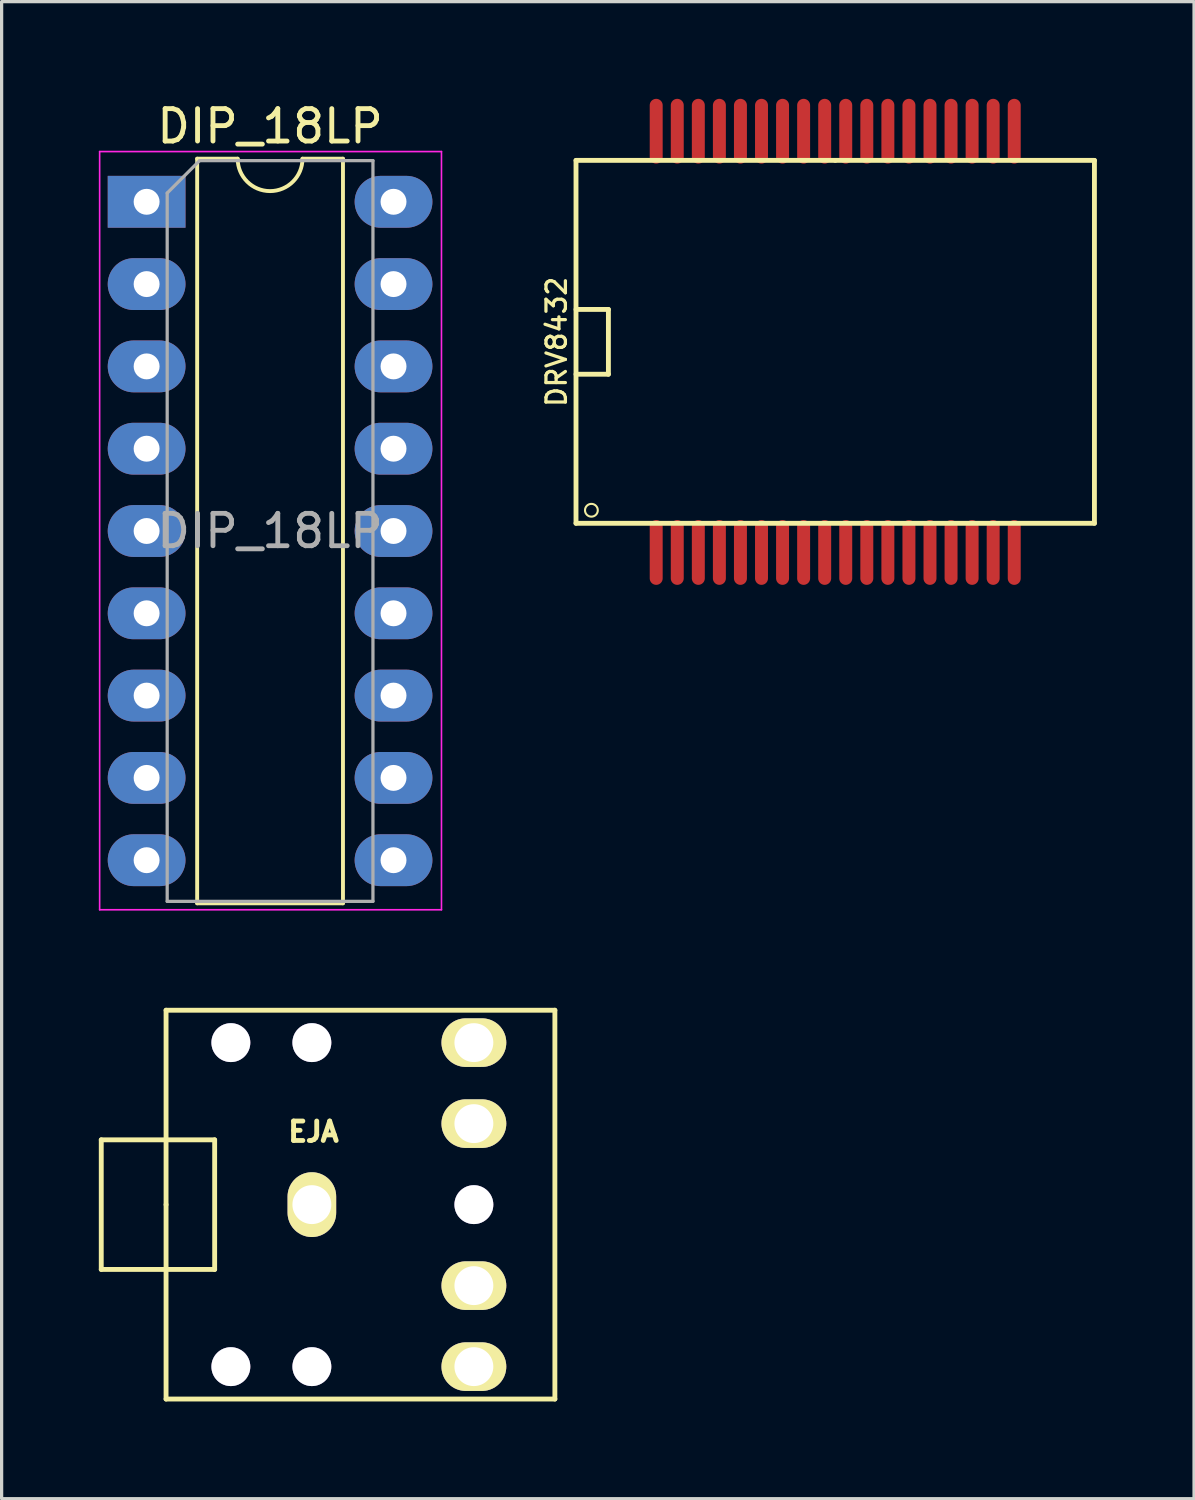
<source format=kicad_pcb>
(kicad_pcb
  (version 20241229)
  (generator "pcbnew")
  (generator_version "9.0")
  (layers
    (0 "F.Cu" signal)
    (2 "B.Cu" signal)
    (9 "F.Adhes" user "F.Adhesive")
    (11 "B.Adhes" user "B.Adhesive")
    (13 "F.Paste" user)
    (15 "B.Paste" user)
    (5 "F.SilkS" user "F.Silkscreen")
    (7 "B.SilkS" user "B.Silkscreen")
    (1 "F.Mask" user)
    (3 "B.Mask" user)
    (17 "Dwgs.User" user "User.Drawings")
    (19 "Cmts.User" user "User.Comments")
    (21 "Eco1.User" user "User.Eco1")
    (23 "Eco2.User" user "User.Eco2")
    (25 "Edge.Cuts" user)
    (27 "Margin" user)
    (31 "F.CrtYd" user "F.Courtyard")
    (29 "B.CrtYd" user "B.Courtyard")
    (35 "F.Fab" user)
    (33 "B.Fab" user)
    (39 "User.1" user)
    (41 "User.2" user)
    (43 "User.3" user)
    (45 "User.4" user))
  (footprint "DRV8432"
    (layer "F.Cu")
    (at 22.727 7.5)
    (property "Reference" "DRV8432" (at -8.6 0 90) (layer "F.SilkS") (effects (font (size 0.6 0.6) (thickness 0.1))))
    (attr smd)
    (fp_line (start -8 -5.6) (end -8 5.6) (stroke (width 0.15) (type solid)) (layer "F.SilkS"))
    (fp_line (start -8 -1) (end -7 -1) (stroke (width 0.15) (type solid)) (layer "F.SilkS"))
    (fp_line (start -8 5.6) (end 8 5.6) (stroke (width 0.15) (type solid)) (layer "F.SilkS"))
    (fp_line (start -7 -1) (end -7 1) (stroke (width 0.15) (type solid)) (layer "F.SilkS"))
    (fp_line (start -7 1) (end -8 1) (stroke (width 0.15) (type solid)) (layer "F.SilkS"))
    (fp_line (start 0 -5.6) (end -8 -5.6) (stroke (width 0.15) (type solid)) (layer "F.SilkS"))
    (fp_line (start 8 -5.6) (end 0 -5.6) (stroke (width 0.15) (type solid)) (layer "F.SilkS"))
    (fp_line (start 8 5.6) (end 8 -5.6) (stroke (width 0.15) (type solid)) (layer "F.SilkS"))
    (fp_circle (center -7.525 5.198) (end -7.664 5.338) (stroke (width 0.064) (type solid)) (fill no) (layer "F.SilkS"))
    (pad "1" smd oval (at -5.525 6.5) (size 0.4 2) (layers "F.Cu" "F.Mask" "F.Paste"))
    (pad "2" smd oval (at -4.875 6.5) (size 0.4 2) (layers "F.Cu" "F.Mask" "F.Paste"))
    (pad "3" smd oval (at -4.225 6.5) (size 0.4 2) (layers "F.Cu" "F.Mask" "F.Paste"))
    (pad "4" smd oval (at -3.575 6.5) (size 0.4 2) (layers "F.Cu" "F.Mask" "F.Paste"))
    (pad "5" smd oval (at -2.925 6.5) (size 0.4 2) (layers "F.Cu" "F.Mask" "F.Paste"))
    (pad "6" smd oval (at -2.275 6.5) (size 0.4 2) (layers "F.Cu" "F.Mask" "F.Paste"))
    (pad "7" smd oval (at -1.625 6.5) (size 0.4 2) (layers "F.Cu" "F.Mask" "F.Paste"))
    (pad "8" smd oval (at -0.975 6.5) (size 0.4 2) (layers "F.Cu" "F.Mask" "F.Paste"))
    (pad "9" smd oval (at -0.325 6.5) (size 0.4 2) (layers "F.Cu" "F.Mask" "F.Paste"))
    (pad "10" smd oval (at 0.325 6.5) (size 0.4 2) (layers "F.Cu" "F.Mask" "F.Paste"))
    (pad "11" smd oval (at 0.975 6.5) (size 0.4 2) (layers "F.Cu" "F.Mask" "F.Paste"))
    (pad "12" smd oval (at 1.625 6.5) (size 0.4 2) (layers "F.Cu" "F.Mask" "F.Paste"))
    (pad "13" smd oval (at 2.275 6.5) (size 0.4 2) (layers "F.Cu" "F.Mask" "F.Paste"))
    (pad "14" smd oval (at 2.925 6.5) (size 0.4 2) (layers "F.Cu" "F.Mask" "F.Paste"))
    (pad "15" smd oval (at 3.575 6.5) (size 0.4 2) (layers "F.Cu" "F.Mask" "F.Paste"))
    (pad "16" smd oval (at 4.225 6.5) (size 0.4 2) (layers "F.Cu" "F.Mask" "F.Paste"))
    (pad "17" smd oval (at 4.875 6.5) (size 0.4 2) (layers "F.Cu" "F.Mask" "F.Paste"))
    (pad "18" smd oval (at 5.525 6.5) (size 0.4 2) (layers "F.Cu" "F.Mask" "F.Paste"))
    (pad "19" smd oval (at 5.525 -6.5) (size 0.4 2) (layers "F.Cu" "F.Mask" "F.Paste"))
    (pad "20" smd oval (at 4.875 -6.5) (size 0.4 2) (layers "F.Cu" "F.Mask" "F.Paste"))
    (pad "21" smd oval (at 4.225 -6.5) (size 0.4 2) (layers "F.Cu" "F.Mask" "F.Paste"))
    (pad "22" smd oval (at 3.575 -6.5) (size 0.4 2) (layers "F.Cu" "F.Mask" "F.Paste"))
    (pad "23" smd oval (at 2.925 -6.5) (size 0.4 2) (layers "F.Cu" "F.Mask" "F.Paste"))
    (pad "24" smd oval (at 2.275 -6.5) (size 0.4 2) (layers "F.Cu" "F.Mask" "F.Paste"))
    (pad "25" smd oval (at 1.625 -6.5) (size 0.4 2) (layers "F.Cu" "F.Mask" "F.Paste"))
    (pad "26" smd oval (at 0.975 -6.5) (size 0.4 2) (layers "F.Cu" "F.Mask" "F.Paste"))
    (pad "27" smd oval (at 0.325 -6.5) (size 0.4 2) (layers "F.Cu" "F.Mask" "F.Paste"))
    (pad "28" smd oval (at -0.325 -6.5) (size 0.4 2) (layers "F.Cu" "F.Mask" "F.Paste"))
    (pad "29" smd oval (at -0.975 -6.5) (size 0.4 2) (layers "F.Cu" "F.Mask" "F.Paste"))
    (pad "30" smd oval (at -1.625 -6.5) (size 0.4 2) (layers "F.Cu" "F.Mask" "F.Paste"))
    (pad "31" smd oval (at -2.275 -6.5) (size 0.4 2) (layers "F.Cu" "F.Mask" "F.Paste"))
    (pad "32" smd oval (at -2.925 -6.5) (size 0.4 2) (layers "F.Cu" "F.Mask" "F.Paste"))
    (pad "33" smd oval (at -3.575 -6.5) (size 0.4 2) (layers "F.Cu" "F.Mask" "F.Paste"))
    (pad "34" smd oval (at -4.225 -6.5) (size 0.4 2) (layers "F.Cu" "F.Mask" "F.Paste"))
    (pad "35" smd oval (at -4.875 -6.5) (size 0.4 2) (layers "F.Cu" "F.Mask" "F.Paste"))
    (pad "36" smd oval (at -5.525 -6.5) (size 0.4 2) (layers "F.Cu" "F.Mask" "F.Paste")))
  (footprint "DIP_18LP"
    (layer "F.Cu")
    (at 1.475 3.178)
    (property "Reference" "DIP_18LP" (at 3.81 -2.33 0) (layer "F.SilkS") (effects (font (size 1 1) (thickness 0.15))))
    (attr through_hole)
    (fp_line (start 1.56 -1.33) (end 1.56 21.65) (stroke (width 0.12) (type solid)) (layer "F.SilkS"))
    (fp_line (start 1.56 21.65) (end 6.06 21.65) (stroke (width 0.12) (type solid)) (layer "F.SilkS"))
    (fp_line (start 2.81 -1.33) (end 1.56 -1.33) (stroke (width 0.12) (type solid)) (layer "F.SilkS"))
    (fp_line (start 6.06 -1.33) (end 4.81 -1.33) (stroke (width 0.12) (type solid)) (layer "F.SilkS"))
    (fp_line (start 6.06 21.65) (end 6.06 -1.33) (stroke (width 0.12) (type solid)) (layer "F.SilkS"))
    (fp_arc (start 4.81 -1.33) (mid 3.81 -0.33) (end 2.81 -1.33) (stroke (width 0.12) (type solid)) (layer "F.SilkS"))
    (fp_line (start -1.45 -1.55) (end -1.45 21.85) (stroke (width 0.05) (type solid)) (layer "F.CrtYd"))
    (fp_line (start -1.45 21.85) (end 9.1 21.85) (stroke (width 0.05) (type solid)) (layer "F.CrtYd"))
    (fp_line (start 9.1 -1.55) (end -1.45 -1.55) (stroke (width 0.05) (type solid)) (layer "F.CrtYd"))
    (fp_line (start 9.1 21.85) (end 9.1 -1.55) (stroke (width 0.05) (type solid)) (layer "F.CrtYd"))
    (fp_line (start 0.635 -0.27) (end 1.635 -1.27) (stroke (width 0.1) (type solid)) (layer "F.Fab"))
    (fp_line (start 0.635 21.59) (end 0.635 -0.27) (stroke (width 0.1) (type solid)) (layer "F.Fab"))
    (fp_line (start 1.635 -1.27) (end 6.985 -1.27) (stroke (width 0.1) (type solid)) (layer "F.Fab"))
    (fp_line (start 6.985 -1.27) (end 6.985 21.59) (stroke (width 0.1) (type solid)) (layer "F.Fab"))
    (fp_line (start 6.985 21.59) (end 0.635 21.59) (stroke (width 0.1) (type solid)) (layer "F.Fab"))
    (fp_text user "${REFERENCE}" (at 3.81 10.16 0) (layer "F.Fab") (effects (font (size 1 1) (thickness 0.15))))
    (pad "1" thru_hole rect (at 0 0) (size 2.4 1.6) (drill 0.8) (layers "*.Cu" "*.Mask"))
    (pad "2" thru_hole oval (at 0 2.54) (size 2.4 1.6) (drill 0.8) (layers "*.Cu" "*.Mask"))
    (pad "3" thru_hole oval (at 0 5.08) (size 2.4 1.6) (drill 0.8) (layers "*.Cu" "*.Mask"))
    (pad "4" thru_hole oval (at 0 7.62) (size 2.4 1.6) (drill 0.8) (layers "*.Cu" "*.Mask"))
    (pad "5" thru_hole oval (at 0 10.16) (size 2.4 1.6) (drill 0.8) (layers "*.Cu" "*.Mask"))
    (pad "6" thru_hole oval (at 0 12.7) (size 2.4 1.6) (drill 0.8) (layers "*.Cu" "*.Mask"))
    (pad "7" thru_hole oval (at 0 15.24) (size 2.4 1.6) (drill 0.8) (layers "*.Cu" "*.Mask"))
    (pad "8" thru_hole oval (at 0 17.78) (size 2.4 1.6) (drill 0.8) (layers "*.Cu" "*.Mask"))
    (pad "9" thru_hole oval (at 0 20.32) (size 2.4 1.6) (drill 0.8) (layers "*.Cu" "*.Mask"))
    (pad "10" thru_hole oval (at 7.62 20.32) (size 2.4 1.6) (drill 0.8) (layers "*.Cu" "*.Mask"))
    (pad "11" thru_hole oval (at 7.62 17.78) (size 2.4 1.6) (drill 0.8) (layers "*.Cu" "*.Mask"))
    (pad "12" thru_hole oval (at 7.62 15.24) (size 2.4 1.6) (drill 0.8) (layers "*.Cu" "*.Mask"))
    (pad "13" thru_hole oval (at 7.62 12.7) (size 2.4 1.6) (drill 0.8) (layers "*.Cu" "*.Mask"))
    (pad "14" thru_hole oval (at 7.62 10.16) (size 2.4 1.6) (drill 0.8) (layers "*.Cu" "*.Mask"))
    (pad "15" thru_hole oval (at 7.62 7.62) (size 2.4 1.6) (drill 0.8) (layers "*.Cu" "*.Mask"))
    (pad "16" thru_hole oval (at 7.62 5.08) (size 2.4 1.6) (drill 0.8) (layers "*.Cu" "*.Mask"))
    (pad "17" thru_hole oval (at 7.62 2.54) (size 2.4 1.6) (drill 0.8) (layers "*.Cu" "*.Mask"))
    (pad "18" thru_hole oval (at 7.62 0) (size 2.4 1.6) (drill 0.8) (layers "*.Cu" "*.Mask")))
  (footprint "EJA"
    (layer "F.Cu")
    (at 6.575 34.128)
    (property "Reference" "EJA" (at 0.05 -2.25 0) (layer "F.SilkS") (effects (font (size 0.6 0.6) (thickness 0.15))))
    (attr through_hole)
    (fp_line (start -6.5 -2) (end -6.5 2) (stroke (width 0.15) (type solid)) (layer "F.SilkS"))
    (fp_line (start -6.5 2) (end -4.5 2) (stroke (width 0.15) (type solid)) (layer "F.SilkS"))
    (fp_line (start -4.5 -2) (end -6.5 -2) (stroke (width 0.15) (type solid)) (layer "F.SilkS"))
    (fp_line (start -4.5 -2) (end -3 -2) (stroke (width 0.15) (type solid)) (layer "F.SilkS"))
    (fp_line (start -4.5 0) (end -4.5 -6) (stroke (width 0.15) (type solid)) (layer "F.SilkS"))
    (fp_line (start -4.5 0) (end -4.5 6) (stroke (width 0.15) (type solid)) (layer "F.SilkS"))
    (fp_line (start -3 -2) (end -3 2) (stroke (width 0.15) (type solid)) (layer "F.SilkS"))
    (fp_line (start -3 2) (end -4.5 2) (stroke (width 0.15) (type solid)) (layer "F.SilkS"))
    (fp_line (start 7.5 -6) (end -4.5 -6) (stroke (width 0.15) (type solid)) (layer "F.SilkS"))
    (fp_line (start 7.5 -6) (end 7.5 6) (stroke (width 0.15) (type solid)) (layer "F.SilkS"))
    (fp_line (start 7.5 6) (end -4.5 6) (stroke (width 0.15) (type solid)) (layer "F.SilkS"))
    (pad "1" thru_hole oval (at 0 0 90) (size 2 1.5) (drill 1.2) (layers "*.Cu" "*.Mask" "F.SilkS"))
    (pad "2" thru_hole oval (at 5 5) (size 2 1.5) (drill 1.2) (layers "*.Cu" "*.Mask" "F.SilkS"))
    (pad "3" thru_hole oval (at 5 -5) (size 2 1.5) (drill 1.2) (layers "*.Cu" "*.Mask" "F.SilkS"))
    (pad "4" thru_hole oval (at 5 2.5) (size 2 1.5) (drill 1.2) (layers "*.Cu" "*.Mask" "F.SilkS"))
    (pad "5" thru_hole oval (at 5 -2.5) (size 2 1.5) (drill 1.2) (layers "*.Cu" "*.Mask" "F.SilkS"))
    (pad "~" thru_hole circle (at -2.5 -5) (size 1.2 1.2) (drill 1.2) (layers "*.Cu" "F.Mask"))
    (pad "~" thru_hole circle (at -2.5 5) (size 1.2 1.2) (drill 1.2) (layers "*.Cu" "F.Mask"))
    (pad "~" thru_hole circle (at 0 -5) (size 1.2 1.2) (drill 1.2) (layers "*.Cu" "F.Mask"))
    (pad "~" thru_hole circle (at 0 5) (size 1.2 1.2) (drill 1.2) (layers "*.Cu" "F.Mask"))
    (pad "~" thru_hole circle (at 5 0) (size 1.2 1.2) (drill 1.2) (layers "*.Cu" "F.Mask")))
  (gr_rect
    (start -3 -3)
    (end 33.801 43.203)
    (stroke (width 0.1) (type default))
    (fill no)
    (layer "Edge.Cuts")))
</source>
